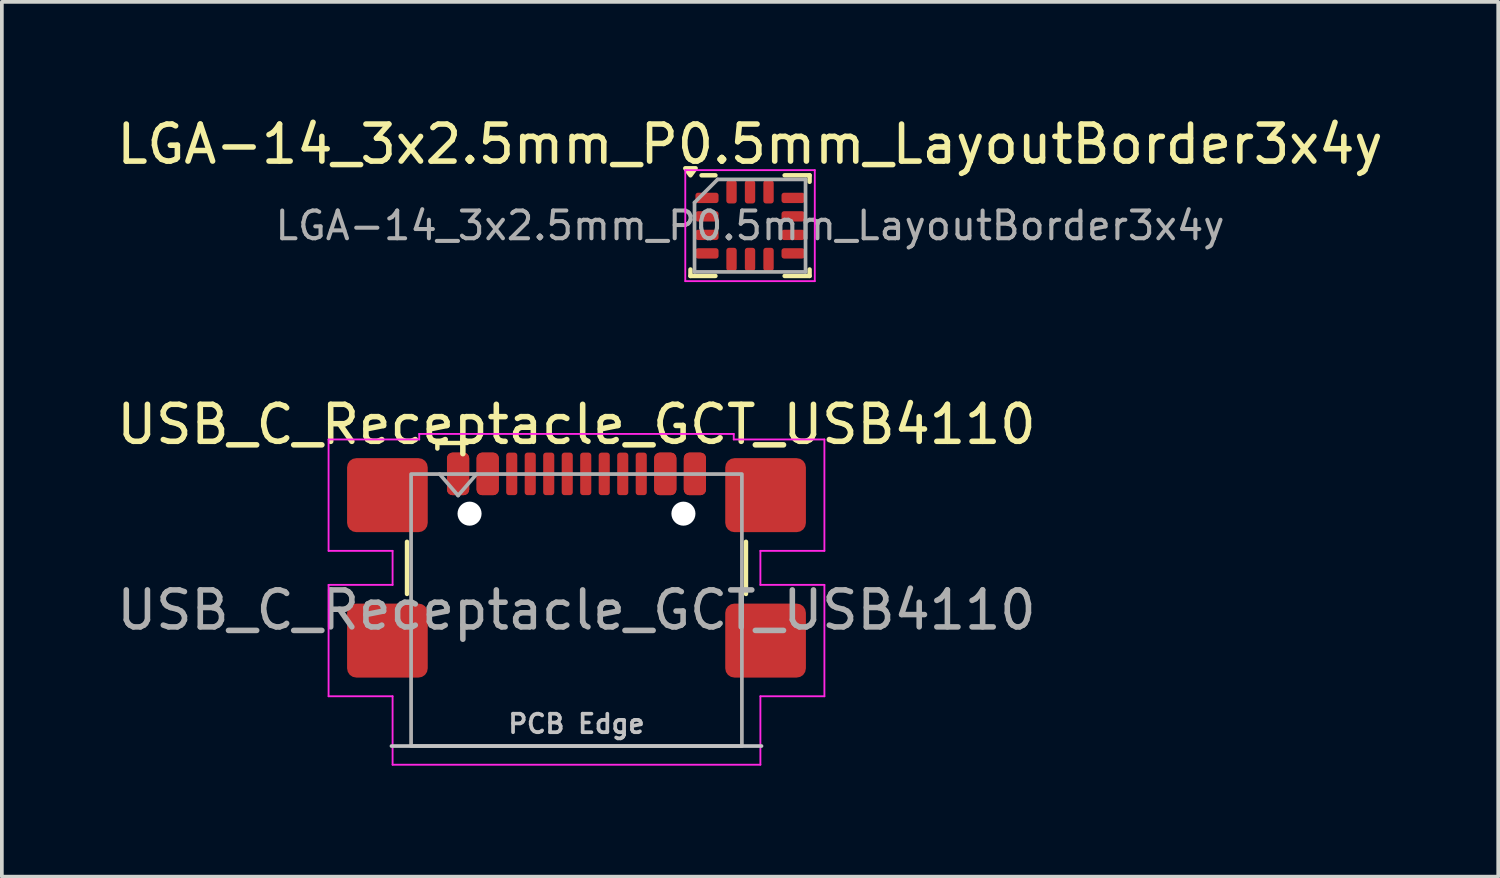
<source format=kicad_pcb>
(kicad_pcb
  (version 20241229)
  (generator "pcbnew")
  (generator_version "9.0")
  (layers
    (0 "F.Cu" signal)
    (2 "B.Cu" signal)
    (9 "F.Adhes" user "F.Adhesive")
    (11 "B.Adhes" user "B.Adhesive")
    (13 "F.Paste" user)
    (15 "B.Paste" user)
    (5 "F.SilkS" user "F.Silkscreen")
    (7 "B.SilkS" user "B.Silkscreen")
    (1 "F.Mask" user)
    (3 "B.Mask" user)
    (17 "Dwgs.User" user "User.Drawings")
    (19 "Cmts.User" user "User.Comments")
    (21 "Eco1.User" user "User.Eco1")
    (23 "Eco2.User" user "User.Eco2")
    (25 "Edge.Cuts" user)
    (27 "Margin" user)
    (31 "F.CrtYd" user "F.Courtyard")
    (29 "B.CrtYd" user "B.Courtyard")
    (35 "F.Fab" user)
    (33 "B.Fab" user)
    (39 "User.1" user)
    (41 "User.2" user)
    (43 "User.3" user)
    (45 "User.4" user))
  (footprint "USB_C_Receptacle_GCT_USB4110"
    (layer "F.Cu")
    (at 12.53 13.437)
    (property "Reference" "USB_C_Receptacle_GCT_USB4110" (at 0 -5.015 0) (unlocked yes) (layer "F.SilkS") (effects (font (size 1 1) (thickness 0.15))))
    (attr smd)
    (fp_line (start -4.58 -0.435) (end -4.58 -1.845) (stroke (width 0.12) (type default)) (layer "F.SilkS"))
    (fp_line (start -3.76 -4.515) (end -3.76 -4.365) (stroke (width 0.12) (type default)) (layer "F.SilkS"))
    (fp_line (start -2.96 -4.515) (end -3.76 -4.515) (stroke (width 0.12) (type default)) (layer "F.SilkS"))
    (fp_line (start 4.58 -0.435) (end 4.58 -1.845) (stroke (width 0.12) (type default)) (layer "F.SilkS"))
    (fp_line (start -5 3.675) (end 5 3.675) (stroke (width 0.1) (type default)) (layer "Dwgs.User"))
    (fp_line (start -6.7 -4.61) (end -4.25 -4.61) (stroke (width 0.05) (type default)) (layer "F.CrtYd"))
    (fp_line (start -6.7 -1.6) (end -6.7 -4.61) (stroke (width 0.05) (type default)) (layer "F.CrtYd"))
    (fp_line (start -6.7 -0.68) (end -4.97 -0.68) (stroke (width 0.05) (type default)) (layer "F.CrtYd"))
    (fp_line (start -6.7 2.33) (end -6.7 -0.68) (stroke (width 0.05) (type default)) (layer "F.CrtYd"))
    (fp_line (start -4.97 -1.6) (end -6.7 -1.6) (stroke (width 0.05) (type default)) (layer "F.CrtYd"))
    (fp_line (start -4.97 -0.68) (end -4.97 -1.6) (stroke (width 0.05) (type default)) (layer "F.CrtYd"))
    (fp_line (start -4.97 2.33) (end -6.7 2.33) (stroke (width 0.05) (type default)) (layer "F.CrtYd"))
    (fp_line (start -4.97 4.18) (end -4.97 2.33) (stroke (width 0.05) (type default)) (layer "F.CrtYd"))
    (fp_line (start -4.25 -4.76) (end 4.25 -4.76) (stroke (width 0.05) (type default)) (layer "F.CrtYd"))
    (fp_line (start -4.25 -4.61) (end -4.25 -4.76) (stroke (width 0.05) (type default)) (layer "F.CrtYd"))
    (fp_line (start 4.25 -4.76) (end 4.25 -4.61) (stroke (width 0.05) (type default)) (layer "F.CrtYd"))
    (fp_line (start 4.25 -4.61) (end 6.7 -4.61) (stroke (width 0.05) (type default)) (layer "F.CrtYd"))
    (fp_line (start 4.97 -1.6) (end 4.97 -0.68) (stroke (width 0.05) (type default)) (layer "F.CrtYd"))
    (fp_line (start 4.97 -0.68) (end 6.7 -0.68) (stroke (width 0.05) (type default)) (layer "F.CrtYd"))
    (fp_line (start 4.97 2.33) (end 4.97 4.18) (stroke (width 0.05) (type default)) (layer "F.CrtYd"))
    (fp_line (start 4.97 4.18) (end -4.97 4.18) (stroke (width 0.05) (type default)) (layer "F.CrtYd"))
    (fp_line (start 6.7 -4.61) (end 6.7 -1.6) (stroke (width 0.05) (type default)) (layer "F.CrtYd"))
    (fp_line (start 6.7 -1.6) (end 4.97 -1.6) (stroke (width 0.05) (type default)) (layer "F.CrtYd"))
    (fp_line (start 6.7 -0.68) (end 6.7 2.33) (stroke (width 0.05) (type default)) (layer "F.CrtYd"))
    (fp_line (start 6.7 2.33) (end 4.97 2.33) (stroke (width 0.05) (type default)) (layer "F.CrtYd"))
    (fp_line (start -3.7 -3.675) (end -3.2 -3.095) (stroke (width 0.1) (type default)) (layer "F.Fab"))
    (fp_line (start -3.2 -3.095) (end -2.7 -3.675) (stroke (width 0.1) (type default)) (layer "F.Fab"))
    (fp_rect (start -4.47 -3.675) (end 4.47 3.675) (stroke (width 0.1) (type default)) (fill no) (layer "F.Fab"))
    (fp_text user "PCB Edge" (at 0 3.075 0) (unlocked yes) (layer "Dwgs.User") (effects (font (size 0.5 0.5) (thickness 0.1) (bold yes))))
    (fp_text user "${REFERENCE}" (at 0 0 0) (unlocked yes) (layer "F.Fab") (effects (font (size 1 1) (thickness 0.15))))
    (pad "" np_thru_hole circle (at -2.89 -2.605) (size 0.65 0.65) (drill 0.65) (layers "*.Cu" "*.Mask"))
    (pad "" np_thru_hole circle (at 2.89 -2.605) (size 0.65 0.65) (drill 0.65) (layers "*.Cu" "*.Mask"))
    (pad "A1" smd roundrect (at -3.2 -3.68) (size 0.6 1.15) (layers "F.Cu" "F.Mask" "F.Paste") (roundrect_rratio 0.25))
    (pad "A4" smd roundrect (at -2.4 -3.68) (size 0.6 1.15) (layers "F.Cu" "F.Mask" "F.Paste") (roundrect_rratio 0.25))
    (pad "A5" smd roundrect (at -1.25 -3.68) (size 0.3 1.15) (layers "F.Cu" "F.Mask" "F.Paste") (roundrect_rratio 0.25))
    (pad "A6" smd roundrect (at -0.25 -3.68) (size 0.3 1.15) (layers "F.Cu" "F.Mask" "F.Paste") (roundrect_rratio 0.25))
    (pad "A7" smd roundrect (at 0.25 -3.68) (size 0.3 1.15) (layers "F.Cu" "F.Mask" "F.Paste") (roundrect_rratio 0.25))
    (pad "A8" smd roundrect (at 1.25 -3.68) (size 0.3 1.15) (layers "F.Cu" "F.Mask" "F.Paste") (roundrect_rratio 0.25))
    (pad "A9" smd roundrect (at 2.4 -3.68) (size 0.6 1.15) (layers "F.Cu" "F.Mask" "F.Paste") (roundrect_rratio 0.25))
    (pad "A12" smd roundrect (at 3.2 -3.68) (size 0.6 1.15) (layers "F.Cu" "F.Mask" "F.Paste") (roundrect_rratio 0.25))
    (pad "B1" smd roundrect (at 3.2 -3.68) (size 0.6 1.15) (layers "F.Cu" "F.Mask" "F.Paste") (roundrect_rratio 0.25))
    (pad "B4" smd roundrect (at 2.4 -3.68) (size 0.6 1.15) (layers "F.Cu" "F.Mask" "F.Paste") (roundrect_rratio 0.25))
    (pad "B5" smd roundrect (at 1.75 -3.68) (size 0.3 1.15) (layers "F.Cu" "F.Mask" "F.Paste") (roundrect_rratio 0.25))
    (pad "B6" smd roundrect (at 0.75 -3.68) (size 0.3 1.15) (layers "F.Cu" "F.Mask" "F.Paste") (roundrect_rratio 0.25))
    (pad "B7" smd roundrect (at -0.75 -3.68) (size 0.3 1.15) (layers "F.Cu" "F.Mask" "F.Paste") (roundrect_rratio 0.25))
    (pad "B8" smd roundrect (at -1.75 -3.68) (size 0.3 1.15) (layers "F.Cu" "F.Mask" "F.Paste") (roundrect_rratio 0.25))
    (pad "B9" smd roundrect (at -2.4 -3.68) (size 0.6 1.15) (layers "F.Cu" "F.Mask" "F.Paste") (roundrect_rratio 0.25))
    (pad "B12" smd roundrect (at -3.2 -3.68) (size 0.6 1.15) (layers "F.Cu" "F.Mask" "F.Paste") (roundrect_rratio 0.25))
    (pad "S1" smd roundrect (at -5.11 -3.105) (size 2.18 2) (layers "F.Cu" "F.Mask" "F.Paste") (roundrect_rratio 0.125))
    (pad "S1" smd roundrect (at -5.11 0.825) (size 2.18 2) (layers "F.Cu" "F.Mask" "F.Paste") (roundrect_rratio 0.125))
    (pad "S1" smd roundrect (at 5.11 -3.105) (size 2.18 2) (layers "F.Cu" "F.Mask" "F.Paste") (roundrect_rratio 0.125))
    (pad "S1" smd roundrect (at 5.11 0.825) (size 2.18 2) (layers "F.Cu" "F.Mask" "F.Paste") (roundrect_rratio 0.125)))
  (footprint "LGA-14_3x2.5mm_P0.5mm_LayoutBorder3x4y"
    (layer "F.Cu")
    (at 17.22 3.048)
    (property "Reference" "LGA-14_3x2.5mm_P0.5mm_LayoutBorder3x4y" (at 0 -2.2 0) (layer "F.SilkS") (effects (font (size 1 1) (thickness 0.15))))
    (attr smd)
    (fp_line (start -1.61 1.36) (end -1.61 1.185) (stroke (width 0.12) (type solid)) (layer "F.SilkS"))
    (fp_line (start -0.935 -1.36) (end -1.31 -1.36) (stroke (width 0.12) (type solid)) (layer "F.SilkS"))
    (fp_line (start -0.935 1.36) (end -1.61 1.36) (stroke (width 0.12) (type solid)) (layer "F.SilkS"))
    (fp_line (start 0.935 -1.36) (end 1.61 -1.36) (stroke (width 0.12) (type solid)) (layer "F.SilkS"))
    (fp_line (start 0.935 1.36) (end 1.61 1.36) (stroke (width 0.12) (type solid)) (layer "F.SilkS"))
    (fp_line (start 1.61 -1.36) (end 1.61 -1.185) (stroke (width 0.12) (type solid)) (layer "F.SilkS"))
    (fp_line (start 1.61 1.36) (end 1.61 1.185) (stroke (width 0.12) (type solid)) (layer "F.SilkS"))
    (fp_poly (pts (xy -1.61 -1.36) (xy -1.75 -1.55) (xy -1.47 -1.55) (xy -1.61 -1.36)) (stroke (width 0.12) (type solid)) (fill yes) (layer "F.SilkS"))
    (fp_line (start -1.75 -1.5) (end -1.75 1.5) (stroke (width 0.05) (type solid)) (layer "F.CrtYd"))
    (fp_line (start -1.75 1.5) (end 1.75 1.5) (stroke (width 0.05) (type solid)) (layer "F.CrtYd"))
    (fp_line (start 1.75 -1.5) (end -1.75 -1.5) (stroke (width 0.05) (type solid)) (layer "F.CrtYd"))
    (fp_line (start 1.75 1.5) (end 1.75 -1.5) (stroke (width 0.05) (type solid)) (layer "F.CrtYd"))
    (fp_line (start -1.5 -0.625) (end -0.875 -1.25) (stroke (width 0.1) (type solid)) (layer "F.Fab"))
    (fp_line (start -1.5 1.25) (end -1.5 -0.625) (stroke (width 0.1) (type solid)) (layer "F.Fab"))
    (fp_line (start -0.875 -1.25) (end 1.5 -1.25) (stroke (width 0.1) (type solid)) (layer "F.Fab"))
    (fp_line (start 1.5 -1.25) (end 1.5 1.25) (stroke (width 0.1) (type solid)) (layer "F.Fab"))
    (fp_line (start 1.5 1.25) (end -1.5 1.25) (stroke (width 0.1) (type solid)) (layer "F.Fab"))
    (fp_text user "${REFERENCE}" (at 0 0 0) (layer "F.Fab") (effects (font (size 0.75 0.75) (thickness 0.11))))
    (pad "1" smd roundrect (at -1.163 -0.75) (size 0.625 0.28) (layers "F.Cu" "F.Mask" "F.Paste") (roundrect_rratio 0.25))
    (pad "2" smd roundrect (at -1.163 -0.25) (size 0.625 0.28) (layers "F.Cu" "F.Mask" "F.Paste") (roundrect_rratio 0.25))
    (pad "3" smd roundrect (at -1.163 0.25) (size 0.625 0.28) (layers "F.Cu" "F.Mask" "F.Paste") (roundrect_rratio 0.25))
    (pad "4" smd roundrect (at -1.163 0.75) (size 0.625 0.28) (layers "F.Cu" "F.Mask" "F.Paste") (roundrect_rratio 0.25))
    (pad "5" smd roundrect (at -0.5 0.912) (size 0.28 0.625) (layers "F.Cu" "F.Mask" "F.Paste") (roundrect_rratio 0.25))
    (pad "6" smd roundrect (at 0 0.912) (size 0.28 0.625) (layers "F.Cu" "F.Mask" "F.Paste") (roundrect_rratio 0.25))
    (pad "7" smd roundrect (at 0.5 0.912) (size 0.28 0.625) (layers "F.Cu" "F.Mask" "F.Paste") (roundrect_rratio 0.25))
    (pad "8" smd roundrect (at 1.163 0.75) (size 0.625 0.28) (layers "F.Cu" "F.Mask" "F.Paste") (roundrect_rratio 0.25))
    (pad "9" smd roundrect (at 1.163 0.25) (size 0.625 0.28) (layers "F.Cu" "F.Mask" "F.Paste") (roundrect_rratio 0.25))
    (pad "10" smd roundrect (at 1.163 -0.25) (size 0.625 0.28) (layers "F.Cu" "F.Mask" "F.Paste") (roundrect_rratio 0.25))
    (pad "11" smd roundrect (at 1.163 -0.75) (size 0.625 0.28) (layers "F.Cu" "F.Mask" "F.Paste") (roundrect_rratio 0.25))
    (pad "12" smd roundrect (at 0.5 -0.912) (size 0.28 0.625) (layers "F.Cu" "F.Mask" "F.Paste") (roundrect_rratio 0.25))
    (pad "13" smd roundrect (at 0 -0.912) (size 0.28 0.625) (layers "F.Cu" "F.Mask" "F.Paste") (roundrect_rratio 0.25))
    (pad "14" smd roundrect (at -0.5 -0.912) (size 0.28 0.625) (layers "F.Cu" "F.Mask" "F.Paste") (roundrect_rratio 0.25)))
  (gr_rect
    (start -3 -3)
    (end 37.44 20.642)
    (stroke (width 0.1) (type default))
    (fill no)
    (layer "Edge.Cuts")))
</source>
